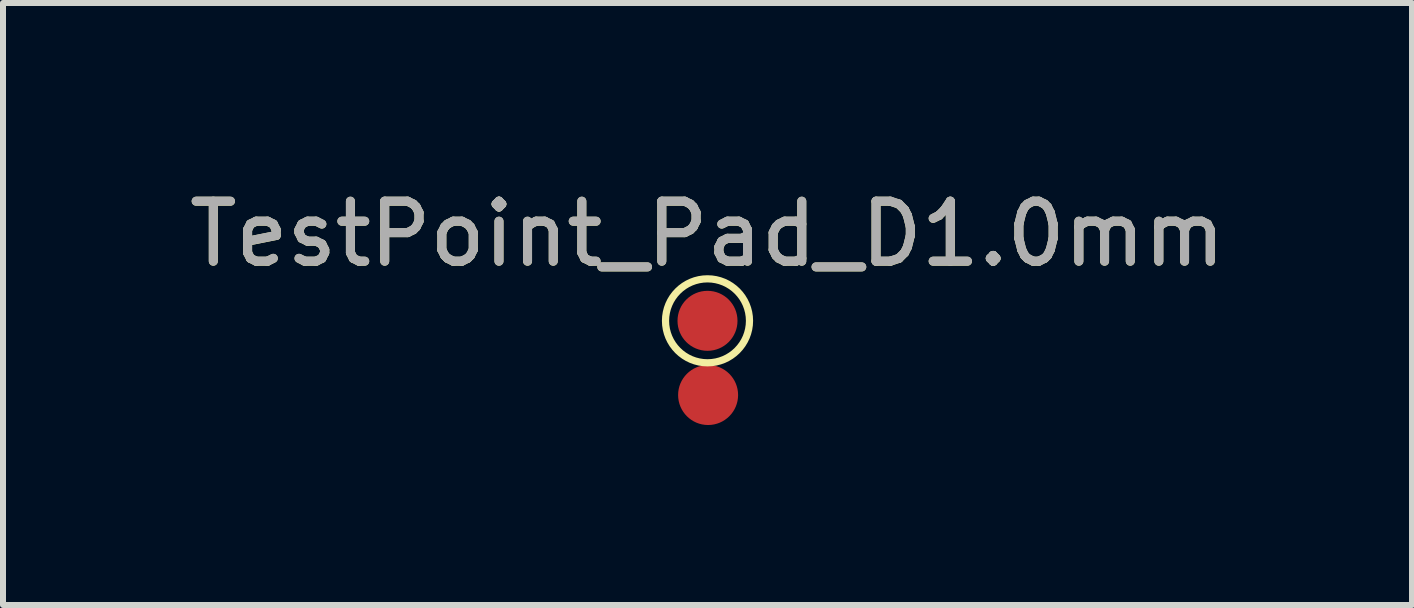
<source format=kicad_pcb>
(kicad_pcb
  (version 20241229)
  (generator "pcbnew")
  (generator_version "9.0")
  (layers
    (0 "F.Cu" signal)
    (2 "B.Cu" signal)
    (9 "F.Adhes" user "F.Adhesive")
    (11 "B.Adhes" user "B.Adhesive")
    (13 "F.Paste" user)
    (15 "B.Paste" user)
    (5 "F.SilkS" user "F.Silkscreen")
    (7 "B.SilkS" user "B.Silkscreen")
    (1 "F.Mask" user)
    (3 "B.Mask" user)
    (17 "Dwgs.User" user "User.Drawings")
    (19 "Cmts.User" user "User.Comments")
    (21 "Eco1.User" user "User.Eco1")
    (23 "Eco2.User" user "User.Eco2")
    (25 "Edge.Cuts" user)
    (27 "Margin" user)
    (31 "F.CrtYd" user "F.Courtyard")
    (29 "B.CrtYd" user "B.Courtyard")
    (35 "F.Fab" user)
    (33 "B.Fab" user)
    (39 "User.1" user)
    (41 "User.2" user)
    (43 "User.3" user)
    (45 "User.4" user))
  (footprint "TestPoint_Pad_D1.0mm"
    (layer "F.Cu")
    (at 8.744 2.298)
    (property "Reference" "TestPoint_Pad_D1.0mm" (at 0 -1.448 0) (layer "F.SilkS") (effects (font (size 1 1) (thickness 0.15))))
    (attr exclude_from_pos_files exclude_from_bom)
    (fp_circle (center 0 0) (end 0 0.7) (stroke (width 0.12) (type solid)) (fill no) (layer "F.SilkS"))
    (fp_text user "${REFERENCE}" (at 0 -1.45 0) (layer "F.Fab") (effects (font (size 1 1) (thickness 0.15))))
    (pad "1" smd circle (at 0 0) (size 1 1) (layers "F.Cu" "F.Mask"))
    (pad "2" smd circle (at 0.01 1.237) (size 1 1) (layers "F.Cu" "F.Mask")))
  (gr_rect
    (start -3 -3)
    (end 20.488 7.035)
    (stroke (width 0.1) (type default))
    (fill no)
    (layer "Edge.Cuts")))
</source>
